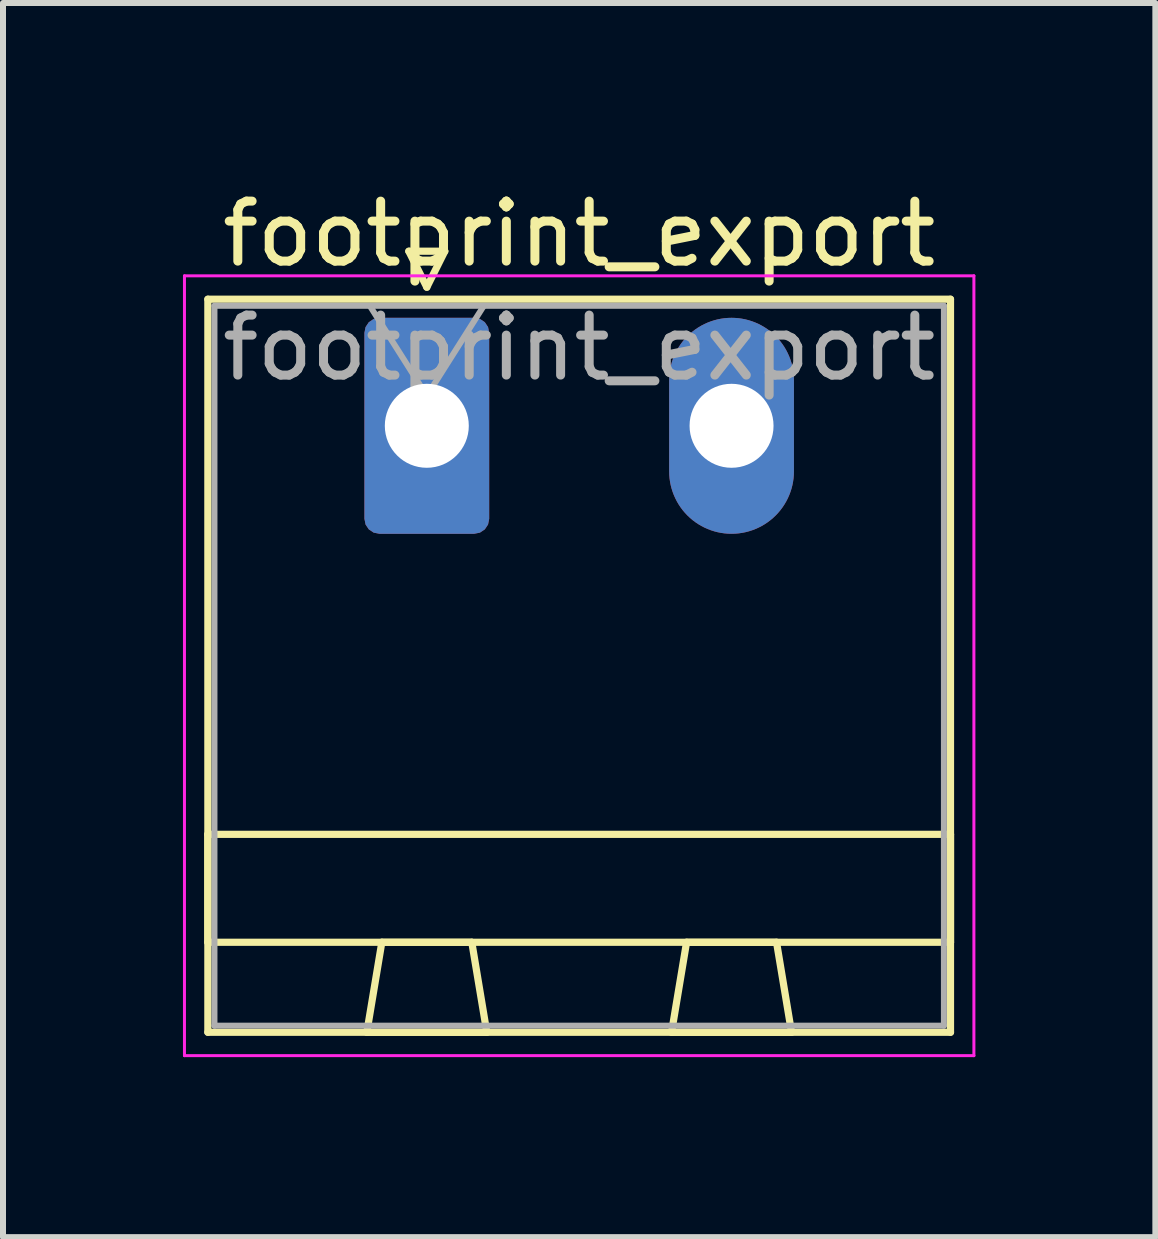
<source format=kicad_pcb>
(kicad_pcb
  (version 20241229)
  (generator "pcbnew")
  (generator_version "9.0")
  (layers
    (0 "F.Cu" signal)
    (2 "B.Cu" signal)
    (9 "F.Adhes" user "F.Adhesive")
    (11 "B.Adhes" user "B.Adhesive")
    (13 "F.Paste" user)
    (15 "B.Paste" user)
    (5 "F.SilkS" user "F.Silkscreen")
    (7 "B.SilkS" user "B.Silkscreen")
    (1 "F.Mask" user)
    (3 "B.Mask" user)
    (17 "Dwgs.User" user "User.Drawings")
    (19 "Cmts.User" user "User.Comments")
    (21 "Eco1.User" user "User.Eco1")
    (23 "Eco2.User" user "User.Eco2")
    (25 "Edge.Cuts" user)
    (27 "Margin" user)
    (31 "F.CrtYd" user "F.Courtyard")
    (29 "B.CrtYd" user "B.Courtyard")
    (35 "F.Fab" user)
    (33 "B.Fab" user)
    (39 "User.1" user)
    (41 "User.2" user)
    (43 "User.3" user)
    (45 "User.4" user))
  (footprint "footprint_export"
    (layer "F.Cu")
    (at 4.065 4.048)
    (property "Reference" "footprint_export" (at 2.54 -3.2 0) (layer "F.SilkS") (effects (font (size 1 1) (thickness 0.15))))
    (attr through_hole)
    (fp_line (start -3.65 -2.11) (end -3.65 10.11) (stroke (width 0.12) (type solid)) (layer "F.SilkS"))
    (fp_line (start -3.65 6.81) (end 8.73 6.81) (stroke (width 0.12) (type solid)) (layer "F.SilkS"))
    (fp_line (start -3.65 8.61) (end -3.65 6.81) (stroke (width 0.12) (type solid)) (layer "F.SilkS"))
    (fp_line (start -3.65 10.11) (end 8.73 10.11) (stroke (width 0.12) (type solid)) (layer "F.SilkS"))
    (fp_line (start -1 10.11) (end 1 10.11) (stroke (width 0.12) (type solid)) (layer "F.SilkS"))
    (fp_line (start -0.75 8.61) (end -1 10.11) (stroke (width 0.12) (type solid)) (layer "F.SilkS"))
    (fp_line (start -0.3 -2.91) (end 0.3 -2.91) (stroke (width 0.12) (type solid)) (layer "F.SilkS"))
    (fp_line (start 0 -2.31) (end -0.3 -2.91) (stroke (width 0.12) (type solid)) (layer "F.SilkS"))
    (fp_line (start 0.3 -2.91) (end 0 -2.31) (stroke (width 0.12) (type solid)) (layer "F.SilkS"))
    (fp_line (start 0.75 8.61) (end -0.75 8.61) (stroke (width 0.12) (type solid)) (layer "F.SilkS"))
    (fp_line (start 1 10.11) (end 0.75 8.61) (stroke (width 0.12) (type solid)) (layer "F.SilkS"))
    (fp_line (start 4.08 10.11) (end 6.08 10.11) (stroke (width 0.12) (type solid)) (layer "F.SilkS"))
    (fp_line (start 4.33 8.61) (end 4.08 10.11) (stroke (width 0.12) (type solid)) (layer "F.SilkS"))
    (fp_line (start 5.83 8.61) (end 4.33 8.61) (stroke (width 0.12) (type solid)) (layer "F.SilkS"))
    (fp_line (start 6.08 10.11) (end 5.83 8.61) (stroke (width 0.12) (type solid)) (layer "F.SilkS"))
    (fp_line (start 8.73 -2.11) (end -3.65 -2.11) (stroke (width 0.12) (type solid)) (layer "F.SilkS"))
    (fp_line (start 8.73 6.81) (end 8.73 8.61) (stroke (width 0.12) (type solid)) (layer "F.SilkS"))
    (fp_line (start 8.73 8.61) (end -3.65 8.61) (stroke (width 0.12) (type solid)) (layer "F.SilkS"))
    (fp_line (start 8.73 10.11) (end 8.73 -2.11) (stroke (width 0.12) (type solid)) (layer "F.SilkS"))
    (fp_line (start -4.04 -2.5) (end -4.04 10.5) (stroke (width 0.05) (type solid)) (layer "F.CrtYd"))
    (fp_line (start -4.04 10.5) (end 9.12 10.5) (stroke (width 0.05) (type solid)) (layer "F.CrtYd"))
    (fp_line (start 9.12 -2.5) (end -4.04 -2.5) (stroke (width 0.05) (type solid)) (layer "F.CrtYd"))
    (fp_line (start 9.12 10.5) (end 9.12 -2.5) (stroke (width 0.05) (type solid)) (layer "F.CrtYd"))
    (fp_line (start -3.54 -2) (end -3.54 10) (stroke (width 0.1) (type solid)) (layer "F.Fab"))
    (fp_line (start -3.54 10) (end 8.62 10) (stroke (width 0.1) (type solid)) (layer "F.Fab"))
    (fp_line (start 0 -0.5) (end -0.95 -2) (stroke (width 0.1) (type solid)) (layer "F.Fab"))
    (fp_line (start 0.95 -2) (end 0 -0.5) (stroke (width 0.1) (type solid)) (layer "F.Fab"))
    (fp_line (start 8.62 -2) (end -3.54 -2) (stroke (width 0.1) (type solid)) (layer "F.Fab"))
    (fp_line (start 8.62 10) (end 8.62 -2) (stroke (width 0.1) (type solid)) (layer "F.Fab"))
    (fp_text user "${REFERENCE}" (at 2.54 -1.3 0) (layer "F.Fab") (effects (font (size 1 1) (thickness 0.15))))
    (pad "1" thru_hole roundrect (at 0 0) (size 2.08 3.6) (drill 1.4) (layers "*.Cu" "*.Mask") (roundrect_rratio 0.12))
    (pad "2" thru_hole oval (at 5.08 0) (size 2.08 3.6) (drill 1.4) (layers "*.Cu" "*.Mask")))
  (gr_rect
    (start -3 -3)
    (end 16.21 17.573)
    (stroke (width 0.1) (type default))
    (fill no)
    (layer "Edge.Cuts")))
</source>
